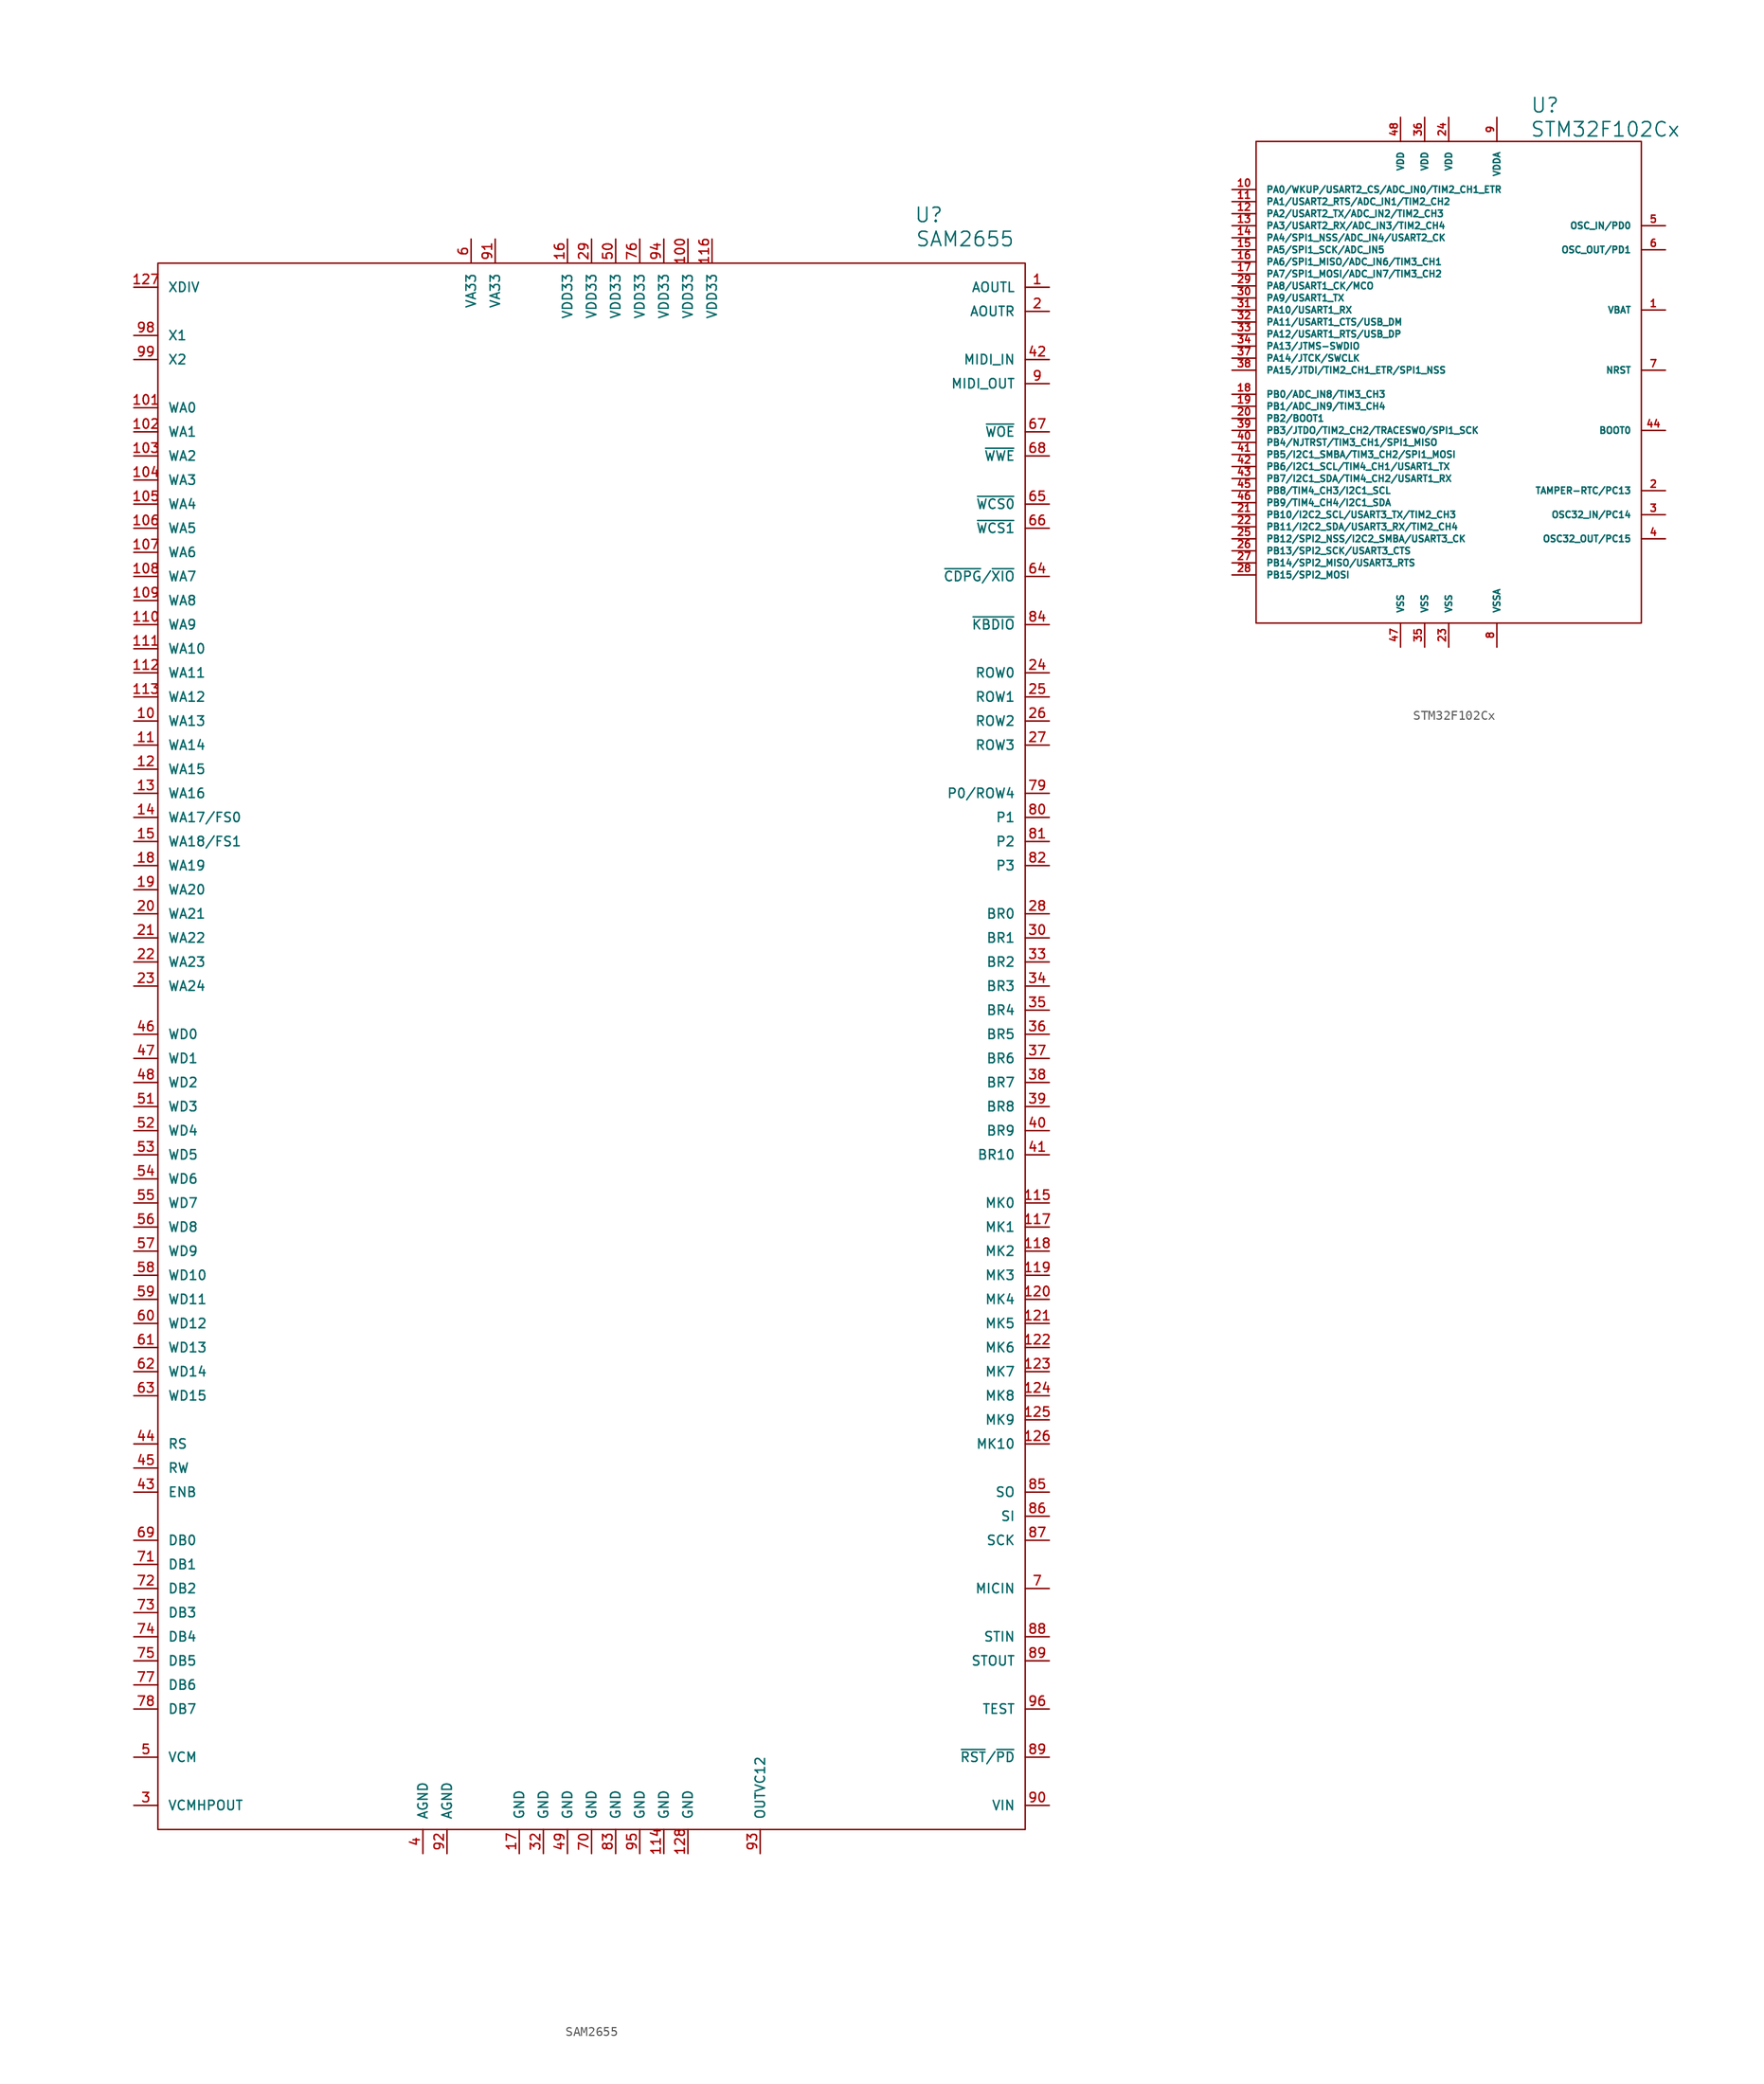
<source format=kicad_sym>
(kicad_symbol_lib
  (version 20220914)
  (generator kicad_symbol_editor)
  (symbol "SAM2655"
    (pin_names
      (offset 1.016))
    (property "Reference" "U"
      (at 35.56 87.63 0)
      (effects (font (size 1.524 1.524))))
    (property "Value" "SAM2655"
      (at 39.37 85.09 0)
      (effects (font (size 1.524 1.524))))
    (property "Footprint" ""
      (at 1.27 0 0)
      (effects (font (size 1.524 1.524))))
    (property "Datasheet" ""
      (at 0 0 0)
      (effects (font (size 1.524 1.524))))
    (symbol "SAM2655_0_1"
      (rectangle (start -45.72 82.55) (end 45.72 -82.55) (stroke (width 0) (type solid)) (fill (type none))))
    (symbol "SAM2655_1_1"
      (pin passive line (at 48.26 80.01 180) (length 2.54) (name "AOUTL" (effects (font (size 0.991 0.991)))) (number "1" (effects (font (size 0.991 0.991)))))
      (pin passive line (at -48.26 34.29 0) (length 2.54) (name "WA13" (effects (font (size 0.991 0.991)))) (number "10" (effects (font (size 0.991 0.991)))))
      (pin passive line (at 10.16 85.09 270) (length 2.54) (name "VDD33" (effects (font (size 0.991 0.991)))) (number "100" (effects (font (size 0.991 0.991)))))
      (pin passive line (at -48.26 67.31 0) (length 2.54) (name "WA0" (effects (font (size 0.991 0.991)))) (number "101" (effects (font (size 0.991 0.991)))))
      (pin passive line (at -48.26 64.77 0) (length 2.54) (name "WA1" (effects (font (size 0.991 0.991)))) (number "102" (effects (font (size 0.991 0.991)))))
      (pin passive line (at -48.26 62.23 0) (length 2.54) (name "WA2" (effects (font (size 0.991 0.991)))) (number "103" (effects (font (size 0.991 0.991)))))
      (pin passive line (at -48.26 59.69 0) (length 2.54) (name "WA3" (effects (font (size 0.991 0.991)))) (number "104" (effects (font (size 0.991 0.991)))))
      (pin passive line (at -48.26 57.15 0) (length 2.54) (name "WA4" (effects (font (size 0.991 0.991)))) (number "105" (effects (font (size 0.991 0.991)))))
      (pin passive line (at -48.26 54.61 0) (length 2.54) (name "WA5" (effects (font (size 0.991 0.991)))) (number "106" (effects (font (size 0.991 0.991)))))
      (pin passive line (at -48.26 52.07 0) (length 2.54) (name "WA6" (effects (font (size 0.991 0.991)))) (number "107" (effects (font (size 0.991 0.991)))))
      (pin passive line (at -48.26 49.53 0) (length 2.54) (name "WA7" (effects (font (size 0.991 0.991)))) (number "108" (effects (font (size 0.991 0.991)))))
      (pin passive line (at -48.26 46.99 0) (length 2.54) (name "WA8" (effects (font (size 0.991 0.991)))) (number "109" (effects (font (size 0.991 0.991)))))
      (pin passive line (at -48.26 31.75 0) (length 2.54) (name "WA14" (effects (font (size 0.991 0.991)))) (number "11" (effects (font (size 0.991 0.991)))))
      (pin passive line (at -48.26 44.45 0) (length 2.54) (name "WA9" (effects (font (size 0.991 0.991)))) (number "110" (effects (font (size 0.991 0.991)))))
      (pin passive line (at -48.26 41.91 0) (length 2.54) (name "WA10" (effects (font (size 0.991 0.991)))) (number "111" (effects (font (size 0.991 0.991)))))
      (pin passive line (at -48.26 39.37 0) (length 2.54) (name "WA11" (effects (font (size 0.991 0.991)))) (number "112" (effects (font (size 0.991 0.991)))))
      (pin passive line (at -48.26 36.83 0) (length 2.54) (name "WA12" (effects (font (size 0.991 0.991)))) (number "113" (effects (font (size 0.991 0.991)))))
      (pin passive line (at 7.62 -85.09 90) (length 2.54) (name "GND" (effects (font (size 0.991 0.991)))) (number "114" (effects (font (size 0.991 0.991)))))
      (pin passive line (at 48.26 -16.51 180) (length 2.54) (name "MK0" (effects (font (size 0.991 0.991)))) (number "115" (effects (font (size 0.991 0.991)))))
      (pin passive line (at 12.7 85.09 270) (length 2.54) (name "VDD33" (effects (font (size 0.991 0.991)))) (number "116" (effects (font (size 0.991 0.991)))))
      (pin passive line (at 48.26 -19.05 180) (length 2.54) (name "MK1" (effects (font (size 0.991 0.991)))) (number "117" (effects (font (size 0.991 0.991)))))
      (pin passive line (at 48.26 -21.59 180) (length 2.54) (name "MK2" (effects (font (size 0.991 0.991)))) (number "118" (effects (font (size 0.991 0.991)))))
      (pin passive line (at 48.26 -24.13 180) (length 2.54) (name "MK3" (effects (font (size 0.991 0.991)))) (number "119" (effects (font (size 0.991 0.991)))))
      (pin passive line (at -48.26 29.21 0) (length 2.54) (name "WA15" (effects (font (size 0.991 0.991)))) (number "12" (effects (font (size 0.991 0.991)))))
      (pin passive line (at 48.26 -26.67 180) (length 2.54) (name "MK4" (effects (font (size 0.991 0.991)))) (number "120" (effects (font (size 0.991 0.991)))))
      (pin passive line (at 48.26 -29.21 180) (length 2.54) (name "MK5" (effects (font (size 0.991 0.991)))) (number "121" (effects (font (size 0.991 0.991)))))
      (pin passive line (at 48.26 -31.75 180) (length 2.54) (name "MK6" (effects (font (size 0.991 0.991)))) (number "122" (effects (font (size 0.991 0.991)))))
      (pin passive line (at 48.26 -34.29 180) (length 2.54) (name "MK7" (effects (font (size 0.991 0.991)))) (number "123" (effects (font (size 0.991 0.991)))))
      (pin passive line (at 48.26 -36.83 180) (length 2.54) (name "MK8" (effects (font (size 0.991 0.991)))) (number "124" (effects (font (size 0.991 0.991)))))
      (pin passive line (at 48.26 -39.37 180) (length 2.54) (name "MK9" (effects (font (size 0.991 0.991)))) (number "125" (effects (font (size 0.991 0.991)))))
      (pin passive line (at 48.26 -41.91 180) (length 2.54) (name "MK10" (effects (font (size 0.991 0.991)))) (number "126" (effects (font (size 0.991 0.991)))))
      (pin passive line (at -48.26 80.01 0) (length 2.54) (name "XDIV" (effects (font (size 0.991 0.991)))) (number "127" (effects (font (size 0.991 0.991)))))
      (pin passive line (at 10.16 -85.09 90) (length 2.54) (name "GND" (effects (font (size 0.991 0.991)))) (number "128" (effects (font (size 0.991 0.991)))))
      (pin passive line (at -48.26 26.67 0) (length 2.54) (name "WA16" (effects (font (size 0.991 0.991)))) (number "13" (effects (font (size 0.991 0.991)))))
      (pin passive line (at -48.26 24.13 0) (length 2.54) (name "WA17/FS0" (effects (font (size 0.991 0.991)))) (number "14" (effects (font (size 0.991 0.991)))))
      (pin passive line (at -48.26 21.59 0) (length 2.54) (name "WA18/FS1" (effects (font (size 0.991 0.991)))) (number "15" (effects (font (size 0.991 0.991)))))
      (pin passive line (at -2.54 85.09 270) (length 2.54) (name "VDD33" (effects (font (size 0.991 0.991)))) (number "16" (effects (font (size 0.991 0.991)))))
      (pin passive line (at -7.62 -85.09 90) (length 2.54) (name "GND" (effects (font (size 0.991 0.991)))) (number "17" (effects (font (size 0.991 0.991)))))
      (pin passive line (at -48.26 19.05 0) (length 2.54) (name "WA19" (effects (font (size 0.991 0.991)))) (number "18" (effects (font (size 0.991 0.991)))))
      (pin passive line (at -48.26 16.51 0) (length 2.54) (name "WA20" (effects (font (size 0.991 0.991)))) (number "19" (effects (font (size 0.991 0.991)))))
      (pin passive line (at 48.26 77.47 180) (length 2.54) (name "AOUTR" (effects (font (size 0.991 0.991)))) (number "2" (effects (font (size 0.991 0.991)))))
      (pin passive line (at -48.26 13.97 0) (length 2.54) (name "WA21" (effects (font (size 0.991 0.991)))) (number "20" (effects (font (size 0.991 0.991)))))
      (pin passive line (at -48.26 11.43 0) (length 2.54) (name "WA22" (effects (font (size 0.991 0.991)))) (number "21" (effects (font (size 0.991 0.991)))))
      (pin passive line (at -48.26 8.89 0) (length 2.54) (name "WA23" (effects (font (size 0.991 0.991)))) (number "22" (effects (font (size 0.991 0.991)))))
      (pin passive line (at -48.26 6.35 0) (length 2.54) (name "WA24" (effects (font (size 0.991 0.991)))) (number "23" (effects (font (size 0.991 0.991)))))
      (pin passive line (at 48.26 39.37 180) (length 2.54) (name "ROW0" (effects (font (size 0.991 0.991)))) (number "24" (effects (font (size 0.991 0.991)))))
      (pin passive line (at 48.26 36.83 180) (length 2.54) (name "ROW1" (effects (font (size 0.991 0.991)))) (number "25" (effects (font (size 0.991 0.991)))))
      (pin passive line (at 48.26 34.29 180) (length 2.54) (name "ROW2" (effects (font (size 0.991 0.991)))) (number "26" (effects (font (size 0.991 0.991)))))
      (pin passive line (at 48.26 31.75 180) (length 2.54) (name "ROW3" (effects (font (size 0.991 0.991)))) (number "27" (effects (font (size 0.991 0.991)))))
      (pin passive line (at 48.26 13.97 180) (length 2.54) (name "BR0" (effects (font (size 0.991 0.991)))) (number "28" (effects (font (size 0.991 0.991)))))
      (pin passive line (at 0 85.09 270) (length 2.54) (name "VDD33" (effects (font (size 0.991 0.991)))) (number "29" (effects (font (size 0.991 0.991)))))
      (pin passive line (at -48.26 -80.01 0) (length 2.54) (name "VCMHPOUT" (effects (font (size 0.991 0.991)))) (number "3" (effects (font (size 0.991 0.991)))))
      (pin passive line (at 48.26 11.43 180) (length 2.54) (name "BR1" (effects (font (size 0.991 0.991)))) (number "30" (effects (font (size 0.991 0.991)))))
      (pin passive line (at -5.08 -85.09 90) (length 2.54) (name "GND" (effects (font (size 0.991 0.991)))) (number "32" (effects (font (size 0.991 0.991)))))
      (pin passive line (at 48.26 8.89 180) (length 2.54) (name "BR2" (effects (font (size 0.991 0.991)))) (number "33" (effects (font (size 0.991 0.991)))))
      (pin passive line (at 48.26 6.35 180) (length 2.54) (name "BR3" (effects (font (size 0.991 0.991)))) (number "34" (effects (font (size 0.991 0.991)))))
      (pin passive line (at 48.26 3.81 180) (length 2.54) (name "BR4" (effects (font (size 0.991 0.991)))) (number "35" (effects (font (size 0.991 0.991)))))
      (pin passive line (at 48.26 1.27 180) (length 2.54) (name "BR5" (effects (font (size 0.991 0.991)))) (number "36" (effects (font (size 0.991 0.991)))))
      (pin passive line (at 48.26 -1.27 180) (length 2.54) (name "BR6" (effects (font (size 0.991 0.991)))) (number "37" (effects (font (size 0.991 0.991)))))
      (pin passive line (at 48.26 -3.81 180) (length 2.54) (name "BR7" (effects (font (size 0.991 0.991)))) (number "38" (effects (font (size 0.991 0.991)))))
      (pin passive line (at 48.26 -6.35 180) (length 2.54) (name "BR8" (effects (font (size 0.991 0.991)))) (number "39" (effects (font (size 0.991 0.991)))))
      (pin passive line (at -17.78 -85.09 90) (length 2.54) (name "AGND" (effects (font (size 0.991 0.991)))) (number "4" (effects (font (size 0.991 0.991)))))
      (pin passive line (at 48.26 -8.89 180) (length 2.54) (name "BR9" (effects (font (size 0.991 0.991)))) (number "40" (effects (font (size 0.991 0.991)))))
      (pin passive line (at 48.26 -11.43 180) (length 2.54) (name "BR10" (effects (font (size 0.991 0.991)))) (number "41" (effects (font (size 0.991 0.991)))))
      (pin passive line (at 48.26 72.39 180) (length 2.54) (name "MIDI_IN" (effects (font (size 0.991 0.991)))) (number "42" (effects (font (size 0.991 0.991)))))
      (pin passive line (at -48.26 -46.99 0) (length 2.54) (name "ENB" (effects (font (size 0.991 0.991)))) (number "43" (effects (font (size 0.991 0.991)))))
      (pin passive line (at -48.26 -41.91 0) (length 2.54) (name "RS" (effects (font (size 0.991 0.991)))) (number "44" (effects (font (size 0.991 0.991)))))
      (pin passive line (at -48.26 -44.45 0) (length 2.54) (name "RW" (effects (font (size 0.991 0.991)))) (number "45" (effects (font (size 0.991 0.991)))))
      (pin passive line (at -48.26 1.27 0) (length 2.54) (name "WD0" (effects (font (size 0.991 0.991)))) (number "46" (effects (font (size 0.991 0.991)))))
      (pin passive line (at -48.26 -1.27 0) (length 2.54) (name "WD1" (effects (font (size 0.991 0.991)))) (number "47" (effects (font (size 0.991 0.991)))))
      (pin passive line (at -48.26 -3.81 0) (length 2.54) (name "WD2" (effects (font (size 0.991 0.991)))) (number "48" (effects (font (size 0.991 0.991)))))
      (pin passive line (at -2.54 -85.09 90) (length 2.54) (name "GND" (effects (font (size 0.991 0.991)))) (number "49" (effects (font (size 0.991 0.991)))))
      (pin passive line (at -48.26 -74.93 0) (length 2.54) (name "VCM" (effects (font (size 0.991 0.991)))) (number "5" (effects (font (size 0.991 0.991)))))
      (pin passive line (at 2.54 85.09 270) (length 2.54) (name "VDD33" (effects (font (size 0.991 0.991)))) (number "50" (effects (font (size 0.991 0.991)))))
      (pin passive line (at -48.26 -6.35 0) (length 2.54) (name "WD3" (effects (font (size 0.991 0.991)))) (number "51" (effects (font (size 0.991 0.991)))))
      (pin passive line (at -48.26 -8.89 0) (length 2.54) (name "WD4" (effects (font (size 0.991 0.991)))) (number "52" (effects (font (size 0.991 0.991)))))
      (pin passive line (at -48.26 -11.43 0) (length 2.54) (name "WD5" (effects (font (size 0.991 0.991)))) (number "53" (effects (font (size 0.991 0.991)))))
      (pin passive line (at -48.26 -13.97 0) (length 2.54) (name "WD6" (effects (font (size 0.991 0.991)))) (number "54" (effects (font (size 0.991 0.991)))))
      (pin passive line (at -48.26 -16.51 0) (length 2.54) (name "WD7" (effects (font (size 0.991 0.991)))) (number "55" (effects (font (size 0.991 0.991)))))
      (pin passive line (at -48.26 -19.05 0) (length 2.54) (name "WD8" (effects (font (size 0.991 0.991)))) (number "56" (effects (font (size 0.991 0.991)))))
      (pin passive line (at -48.26 -21.59 0) (length 2.54) (name "WD9" (effects (font (size 0.991 0.991)))) (number "57" (effects (font (size 0.991 0.991)))))
      (pin passive line (at -48.26 -24.13 0) (length 2.54) (name "WD10" (effects (font (size 0.991 0.991)))) (number "58" (effects (font (size 0.991 0.991)))))
      (pin passive line (at -48.26 -26.67 0) (length 2.54) (name "WD11" (effects (font (size 0.991 0.991)))) (number "59" (effects (font (size 0.991 0.991)))))
      (pin passive line (at -12.7 85.09 270) (length 2.54) (name "VA33" (effects (font (size 0.991 0.991)))) (number "6" (effects (font (size 0.991 0.991)))))
      (pin passive line (at -48.26 -29.21 0) (length 2.54) (name "WD12" (effects (font (size 0.991 0.991)))) (number "60" (effects (font (size 0.991 0.991)))))
      (pin passive line (at -48.26 -31.75 0) (length 2.54) (name "WD13" (effects (font (size 0.991 0.991)))) (number "61" (effects (font (size 0.991 0.991)))))
      (pin passive line (at -48.26 -34.29 0) (length 2.54) (name "WD14" (effects (font (size 0.991 0.991)))) (number "62" (effects (font (size 0.991 0.991)))))
      (pin passive line (at -48.26 -36.83 0) (length 2.54) (name "WD15" (effects (font (size 0.991 0.991)))) (number "63" (effects (font (size 0.991 0.991)))))
      (pin passive line (at 48.26 49.53 180) (length 2.54) (name "~{CDPG}/~{XIO}" (effects (font (size 0.991 0.991)))) (number "64" (effects (font (size 0.991 0.991)))))
      (pin passive line (at 48.26 57.15 180) (length 2.54) (name "~{WCS0}" (effects (font (size 0.991 0.991)))) (number "65" (effects (font (size 0.991 0.991)))))
      (pin passive line (at 48.26 54.61 180) (length 2.54) (name "~{WCS1}" (effects (font (size 0.991 0.991)))) (number "66" (effects (font (size 0.991 0.991)))))
      (pin passive line (at 48.26 64.77 180) (length 2.54) (name "~{WOE}" (effects (font (size 0.991 0.991)))) (number "67" (effects (font (size 0.991 0.991)))))
      (pin passive line (at 48.26 62.23 180) (length 2.54) (name "~{WWE}" (effects (font (size 0.991 0.991)))) (number "68" (effects (font (size 0.991 0.991)))))
      (pin passive line (at -48.26 -52.07 0) (length 2.54) (name "DB0" (effects (font (size 0.991 0.991)))) (number "69" (effects (font (size 0.991 0.991)))))
      (pin passive line (at 48.26 -57.15 180) (length 2.54) (name "MICIN" (effects (font (size 0.991 0.991)))) (number "7" (effects (font (size 0.991 0.991)))))
      (pin passive line (at 0 -85.09 90) (length 2.54) (name "GND" (effects (font (size 0.991 0.991)))) (number "70" (effects (font (size 0.991 0.991)))))
      (pin passive line (at -48.26 -54.61 0) (length 2.54) (name "DB1" (effects (font (size 0.991 0.991)))) (number "71" (effects (font (size 0.991 0.991)))))
      (pin passive line (at -48.26 -57.15 0) (length 2.54) (name "DB2" (effects (font (size 0.991 0.991)))) (number "72" (effects (font (size 0.991 0.991)))))
      (pin passive line (at -48.26 -59.69 0) (length 2.54) (name "DB3" (effects (font (size 0.991 0.991)))) (number "73" (effects (font (size 0.991 0.991)))))
      (pin passive line (at -48.26 -62.23 0) (length 2.54) (name "DB4" (effects (font (size 0.991 0.991)))) (number "74" (effects (font (size 0.991 0.991)))))
      (pin passive line (at -48.26 -64.77 0) (length 2.54) (name "DB5" (effects (font (size 0.991 0.991)))) (number "75" (effects (font (size 0.991 0.991)))))
      (pin passive line (at 5.08 85.09 270) (length 2.54) (name "VDD33" (effects (font (size 0.991 0.991)))) (number "76" (effects (font (size 0.991 0.991)))))
      (pin passive line (at -48.26 -67.31 0) (length 2.54) (name "DB6" (effects (font (size 0.991 0.991)))) (number "77" (effects (font (size 0.991 0.991)))))
      (pin passive line (at -48.26 -69.85 0) (length 2.54) (name "DB7" (effects (font (size 0.991 0.991)))) (number "78" (effects (font (size 0.991 0.991)))))
      (pin passive line (at 48.26 26.67 180) (length 2.54) (name "P0/ROW4" (effects (font (size 0.991 0.991)))) (number "79" (effects (font (size 0.991 0.991)))))
      (pin passive line (at 48.26 24.13 180) (length 2.54) (name "P1" (effects (font (size 0.991 0.991)))) (number "80" (effects (font (size 0.991 0.991)))))
      (pin passive line (at 48.26 21.59 180) (length 2.54) (name "P2" (effects (font (size 0.991 0.991)))) (number "81" (effects (font (size 0.991 0.991)))))
      (pin passive line (at 48.26 19.05 180) (length 2.54) (name "P3" (effects (font (size 0.991 0.991)))) (number "82" (effects (font (size 0.991 0.991)))))
      (pin passive line (at 2.54 -85.09 90) (length 2.54) (name "GND" (effects (font (size 0.991 0.991)))) (number "83" (effects (font (size 0.991 0.991)))))
      (pin passive line (at 48.26 44.45 180) (length 2.54) (name "~{KBDIO}" (effects (font (size 0.991 0.991)))) (number "84" (effects (font (size 0.991 0.991)))))
      (pin passive line (at 48.26 -46.99 180) (length 2.54) (name "SO" (effects (font (size 0.991 0.991)))) (number "85" (effects (font (size 0.991 0.991)))))
      (pin passive line (at 48.26 -49.53 180) (length 2.54) (name "SI" (effects (font (size 0.991 0.991)))) (number "86" (effects (font (size 0.991 0.991)))))
      (pin passive line (at 48.26 -52.07 180) (length 2.54) (name "SCK" (effects (font (size 0.991 0.991)))) (number "87" (effects (font (size 0.991 0.991)))))
      (pin passive line (at 48.26 -62.23 180) (length 2.54) (name "STIN" (effects (font (size 0.991 0.991)))) (number "88" (effects (font (size 0.991 0.991)))))
      (pin passive line (at 48.26 -64.77 180) (length 2.54) (name "STOUT" (effects (font (size 0.991 0.991)))) (number "89" (effects (font (size 0.991 0.991)))))
      (pin passive line (at 48.26 -74.93 180) (length 2.54) (name "~{RST}/~{PD}" (effects (font (size 0.991 0.991)))) (number "89" (effects (font (size 0.991 0.991)))))
      (pin passive line (at 48.26 69.85 180) (length 2.54) (name "MIDI_OUT" (effects (font (size 0.991 0.991)))) (number "9" (effects (font (size 0.991 0.991)))))
      (pin passive line (at 48.26 -80.01 180) (length 2.54) (name "VIN" (effects (font (size 0.991 0.991)))) (number "90" (effects (font (size 0.991 0.991)))))
      (pin passive line (at -10.16 85.09 270) (length 2.54) (name "VA33" (effects (font (size 0.991 0.991)))) (number "91" (effects (font (size 0.991 0.991)))))
      (pin passive line (at -15.24 -85.09 90) (length 2.54) (name "AGND" (effects (font (size 0.991 0.991)))) (number "92" (effects (font (size 0.991 0.991)))))
      (pin passive line (at 17.78 -85.09 90) (length 2.54) (name "OUTVC12" (effects (font (size 0.991 0.991)))) (number "93" (effects (font (size 0.991 0.991)))))
      (pin passive line (at 7.62 85.09 270) (length 2.54) (name "VDD33" (effects (font (size 0.991 0.991)))) (number "94" (effects (font (size 0.991 0.991)))))
      (pin passive line (at 5.08 -85.09 90) (length 2.54) (name "GND" (effects (font (size 0.991 0.991)))) (number "95" (effects (font (size 0.991 0.991)))))
      (pin passive line (at 48.26 -69.85 180) (length 2.54) (name "TEST" (effects (font (size 0.991 0.991)))) (number "96" (effects (font (size 0.991 0.991)))))
      (pin passive line (at -48.26 74.93 0) (length 2.54) (name "X1" (effects (font (size 0.991 0.991)))) (number "98" (effects (font (size 0.991 0.991)))))
      (pin passive line (at -48.26 72.39 0) (length 2.54) (name "X2" (effects (font (size 0.991 0.991)))) (number "99" (effects (font (size 0.991 0.991)))))))
  (symbol "STM32F102Cx"
    (pin_names
      (offset 1.016))
    (property "Reference" "U"
      (at 10.16 29.21 0)
      (effects (font (size 1.524 1.524))))
    (property "Value" "STM32F102Cx"
      (at 16.51 26.67 0)
      (effects (font (size 1.524 1.524))))
    (property "Footprint" ""
      (at 0 -8.89 0)
      (effects (font (size 1.524 1.524))))
    (property "Datasheet" ""
      (at 0 0 0)
      (effects (font (size 1.524 1.524))))
    (symbol "STM32F102Cx_0_1"
      (rectangle (start 20.32 -25.4) (end -20.32 25.4) (stroke (width 0) (type solid)) (fill (type none))))
    (symbol "STM32F102Cx_1_1"
      (pin passive line (at 22.86 7.62 180) (length 2.54) (name "VBAT" (effects (font (size 0.686 0.686)))) (number "1" (effects (font (size 0.762 0.762)))))
      (pin passive line (at -22.86 20.32 0) (length 2.54) (name "PA0/WKUP/USART2_CS/ADC_IN0/TIM2_CH1_ETR" (effects (font (size 0.686 0.686)))) (number "10" (effects (font (size 0.762 0.762)))))
      (pin passive line (at -22.86 19.05 0) (length 2.54) (name "PA1/USART2_RTS/ADC_IN1/TIM2_CH2" (effects (font (size 0.686 0.686)))) (number "11" (effects (font (size 0.762 0.762)))))
      (pin passive line (at -22.86 17.78 0) (length 2.54) (name "PA2/USART2_TX/ADC_IN2/TIM2_CH3" (effects (font (size 0.686 0.686)))) (number "12" (effects (font (size 0.762 0.762)))))
      (pin passive line (at -22.86 16.51 0) (length 2.54) (name "PA3/USART2_RX/ADC_IN3/TIM2_CH4" (effects (font (size 0.686 0.686)))) (number "13" (effects (font (size 0.762 0.762)))))
      (pin passive line (at -22.86 15.24 0) (length 2.54) (name "PA4/SPI1_NSS/ADC_IN4/USART2_CK" (effects (font (size 0.686 0.686)))) (number "14" (effects (font (size 0.762 0.762)))))
      (pin passive line (at -22.86 13.97 0) (length 2.54) (name "PA5/SPI1_SCK/ADC_IN5" (effects (font (size 0.686 0.686)))) (number "15" (effects (font (size 0.762 0.762)))))
      (pin passive line (at -22.86 12.7 0) (length 2.54) (name "PA6/SPI1_MISO/ADC_IN6/TIM3_CH1" (effects (font (size 0.686 0.686)))) (number "16" (effects (font (size 0.762 0.762)))))
      (pin passive line (at -22.86 11.43 0) (length 2.54) (name "PA7/SPI1_MOSI/ADC_IN7/TIM3_CH2" (effects (font (size 0.686 0.686)))) (number "17" (effects (font (size 0.762 0.762)))))
      (pin passive line (at -22.86 -1.27 0) (length 2.54) (name "PB0/ADC_IN8/TIM3_CH3" (effects (font (size 0.686 0.686)))) (number "18" (effects (font (size 0.762 0.762)))))
      (pin passive line (at -22.86 -2.54 0) (length 2.54) (name "PB1/ADC_IN9/TIM3_CH4" (effects (font (size 0.686 0.686)))) (number "19" (effects (font (size 0.762 0.762)))))
      (pin passive line (at 22.86 -11.43 180) (length 2.54) (name "TAMPER-RTC/PC13" (effects (font (size 0.686 0.686)))) (number "2" (effects (font (size 0.762 0.762)))))
      (pin passive line (at -22.86 -3.81 0) (length 2.54) (name "PB2/BOOT1" (effects (font (size 0.686 0.686)))) (number "20" (effects (font (size 0.762 0.762)))))
      (pin passive line (at -22.86 -13.97 0) (length 2.54) (name "PB10/I2C2_SCL/USART3_TX/TIM2_CH3" (effects (font (size 0.686 0.686)))) (number "21" (effects (font (size 0.762 0.762)))))
      (pin passive line (at -22.86 -15.24 0) (length 2.54) (name "PB11/I2C2_SDA/USART3_RX/TIM2_CH4" (effects (font (size 0.686 0.686)))) (number "22" (effects (font (size 0.762 0.762)))))
      (pin passive line (at 0 -27.94 90) (length 2.54) (name "VSS" (effects (font (size 0.686 0.686)))) (number "23" (effects (font (size 0.762 0.762)))))
      (pin passive line (at 0 27.94 270) (length 2.54) (name "VDD" (effects (font (size 0.686 0.686)))) (number "24" (effects (font (size 0.762 0.762)))))
      (pin passive line (at -22.86 -16.51 0) (length 2.54) (name "PB12/SPI2_NSS/I2C2_SMBA/USART3_CK" (effects (font (size 0.686 0.686)))) (number "25" (effects (font (size 0.762 0.762)))))
      (pin passive line (at -22.86 -17.78 0) (length 2.54) (name "PB13/SPI2_SCK/USART3_CTS" (effects (font (size 0.686 0.686)))) (number "26" (effects (font (size 0.762 0.762)))))
      (pin passive line (at -22.86 -19.05 0) (length 2.54) (name "PB14/SPI2_MISO/USART3_RTS" (effects (font (size 0.686 0.686)))) (number "27" (effects (font (size 0.762 0.762)))))
      (pin passive line (at -22.86 -20.32 0) (length 2.54) (name "PB15/SPI2_MOSI" (effects (font (size 0.686 0.686)))) (number "28" (effects (font (size 0.762 0.762)))))
      (pin passive line (at -22.86 10.16 0) (length 2.54) (name "PA8/USART1_CK/MCO" (effects (font (size 0.686 0.686)))) (number "29" (effects (font (size 0.762 0.762)))))
      (pin passive line (at 22.86 -13.97 180) (length 2.54) (name "OSC32_IN/PC14" (effects (font (size 0.686 0.686)))) (number "3" (effects (font (size 0.762 0.762)))))
      (pin passive line (at -22.86 8.89 0) (length 2.54) (name "PA9/USART1_TX" (effects (font (size 0.686 0.686)))) (number "30" (effects (font (size 0.762 0.762)))))
      (pin passive line (at -22.86 7.62 0) (length 2.54) (name "PA10/USART1_RX" (effects (font (size 0.686 0.686)))) (number "31" (effects (font (size 0.762 0.762)))))
      (pin passive line (at -22.86 6.35 0) (length 2.54) (name "PA11/USART1_CTS/USB_DM" (effects (font (size 0.686 0.686)))) (number "32" (effects (font (size 0.762 0.762)))))
      (pin passive line (at -22.86 5.08 0) (length 2.54) (name "PA12/USART1_RTS/USB_DP" (effects (font (size 0.686 0.686)))) (number "33" (effects (font (size 0.762 0.762)))))
      (pin passive line (at -22.86 3.81 0) (length 2.54) (name "PA13/JTMS-SWDIO" (effects (font (size 0.686 0.686)))) (number "34" (effects (font (size 0.762 0.762)))))
      (pin passive line (at -2.54 -27.94 90) (length 2.54) (name "VSS" (effects (font (size 0.686 0.686)))) (number "35" (effects (font (size 0.762 0.762)))))
      (pin passive line (at -2.54 27.94 270) (length 2.54) (name "VDD" (effects (font (size 0.686 0.686)))) (number "36" (effects (font (size 0.762 0.762)))))
      (pin passive line (at -22.86 2.54 0) (length 2.54) (name "PA14/JTCK/SWCLK" (effects (font (size 0.686 0.686)))) (number "37" (effects (font (size 0.762 0.762)))))
      (pin passive line (at -22.86 1.27 0) (length 2.54) (name "PA15/JTDI/TIM2_CH1_ETR/SPI1_NSS" (effects (font (size 0.686 0.686)))) (number "38" (effects (font (size 0.762 0.762)))))
      (pin passive line (at -22.86 -5.08 0) (length 2.54) (name "PB3/JTDO/TIM2_CH2/TRACESWO/SPI1_SCK" (effects (font (size 0.686 0.686)))) (number "39" (effects (font (size 0.762 0.762)))))
      (pin passive line (at 22.86 -16.51 180) (length 2.54) (name "OSC32_OUT/PC15" (effects (font (size 0.686 0.686)))) (number "4" (effects (font (size 0.762 0.762)))))
      (pin passive line (at -22.86 -6.35 0) (length 2.54) (name "PB4/NJTRST/TIM3_CH1/SPI1_MISO" (effects (font (size 0.686 0.686)))) (number "40" (effects (font (size 0.762 0.762)))))
      (pin passive line (at -22.86 -7.62 0) (length 2.54) (name "PB5/I2C1_SMBA/TIM3_CH2/SPI1_MOSI" (effects (font (size 0.686 0.686)))) (number "41" (effects (font (size 0.762 0.762)))))
      (pin passive line (at -22.86 -8.89 0) (length 2.54) (name "PB6/I2C1_SCL/TIM4_CH1/USART1_TX" (effects (font (size 0.686 0.686)))) (number "42" (effects (font (size 0.762 0.762)))))
      (pin passive line (at -22.86 -10.16 0) (length 2.54) (name "PB7/I2C1_SDA/TIM4_CH2/USART1_RX" (effects (font (size 0.686 0.686)))) (number "43" (effects (font (size 0.762 0.762)))))
      (pin passive line (at 22.86 -5.08 180) (length 2.54) (name "BOOT0" (effects (font (size 0.686 0.686)))) (number "44" (effects (font (size 0.762 0.762)))))
      (pin passive line (at -22.86 -11.43 0) (length 2.54) (name "PB8/TIM4_CH3/I2C1_SCL" (effects (font (size 0.686 0.686)))) (number "45" (effects (font (size 0.762 0.762)))))
      (pin passive line (at -22.86 -12.7 0) (length 2.54) (name "PB9/TIM4_CH4/I2C1_SDA" (effects (font (size 0.686 0.686)))) (number "46" (effects (font (size 0.762 0.762)))))
      (pin passive line (at -5.08 -27.94 90) (length 2.54) (name "VSS" (effects (font (size 0.686 0.686)))) (number "47" (effects (font (size 0.762 0.762)))))
      (pin passive line (at -5.08 27.94 270) (length 2.54) (name "VDD" (effects (font (size 0.686 0.686)))) (number "48" (effects (font (size 0.762 0.762)))))
      (pin passive line (at 22.86 16.51 180) (length 2.54) (name "OSC_IN/PD0" (effects (font (size 0.686 0.686)))) (number "5" (effects (font (size 0.762 0.762)))))
      (pin passive line (at 22.86 13.97 180) (length 2.54) (name "OSC_OUT/PD1" (effects (font (size 0.686 0.686)))) (number "6" (effects (font (size 0.762 0.762)))))
      (pin passive line (at 22.86 1.27 180) (length 2.54) (name "NRST" (effects (font (size 0.686 0.686)))) (number "7" (effects (font (size 0.762 0.762)))))
      (pin passive line (at 5.08 -27.94 90) (length 2.54) (name "VSSA" (effects (font (size 0.686 0.686)))) (number "8" (effects (font (size 0.762 0.762)))))
      (pin passive line (at 5.08 27.94 270) (length 2.54) (name "VDDA" (effects (font (size 0.686 0.686)))) (number "9" (effects (font (size 0.762 0.762))))))))
</source>
